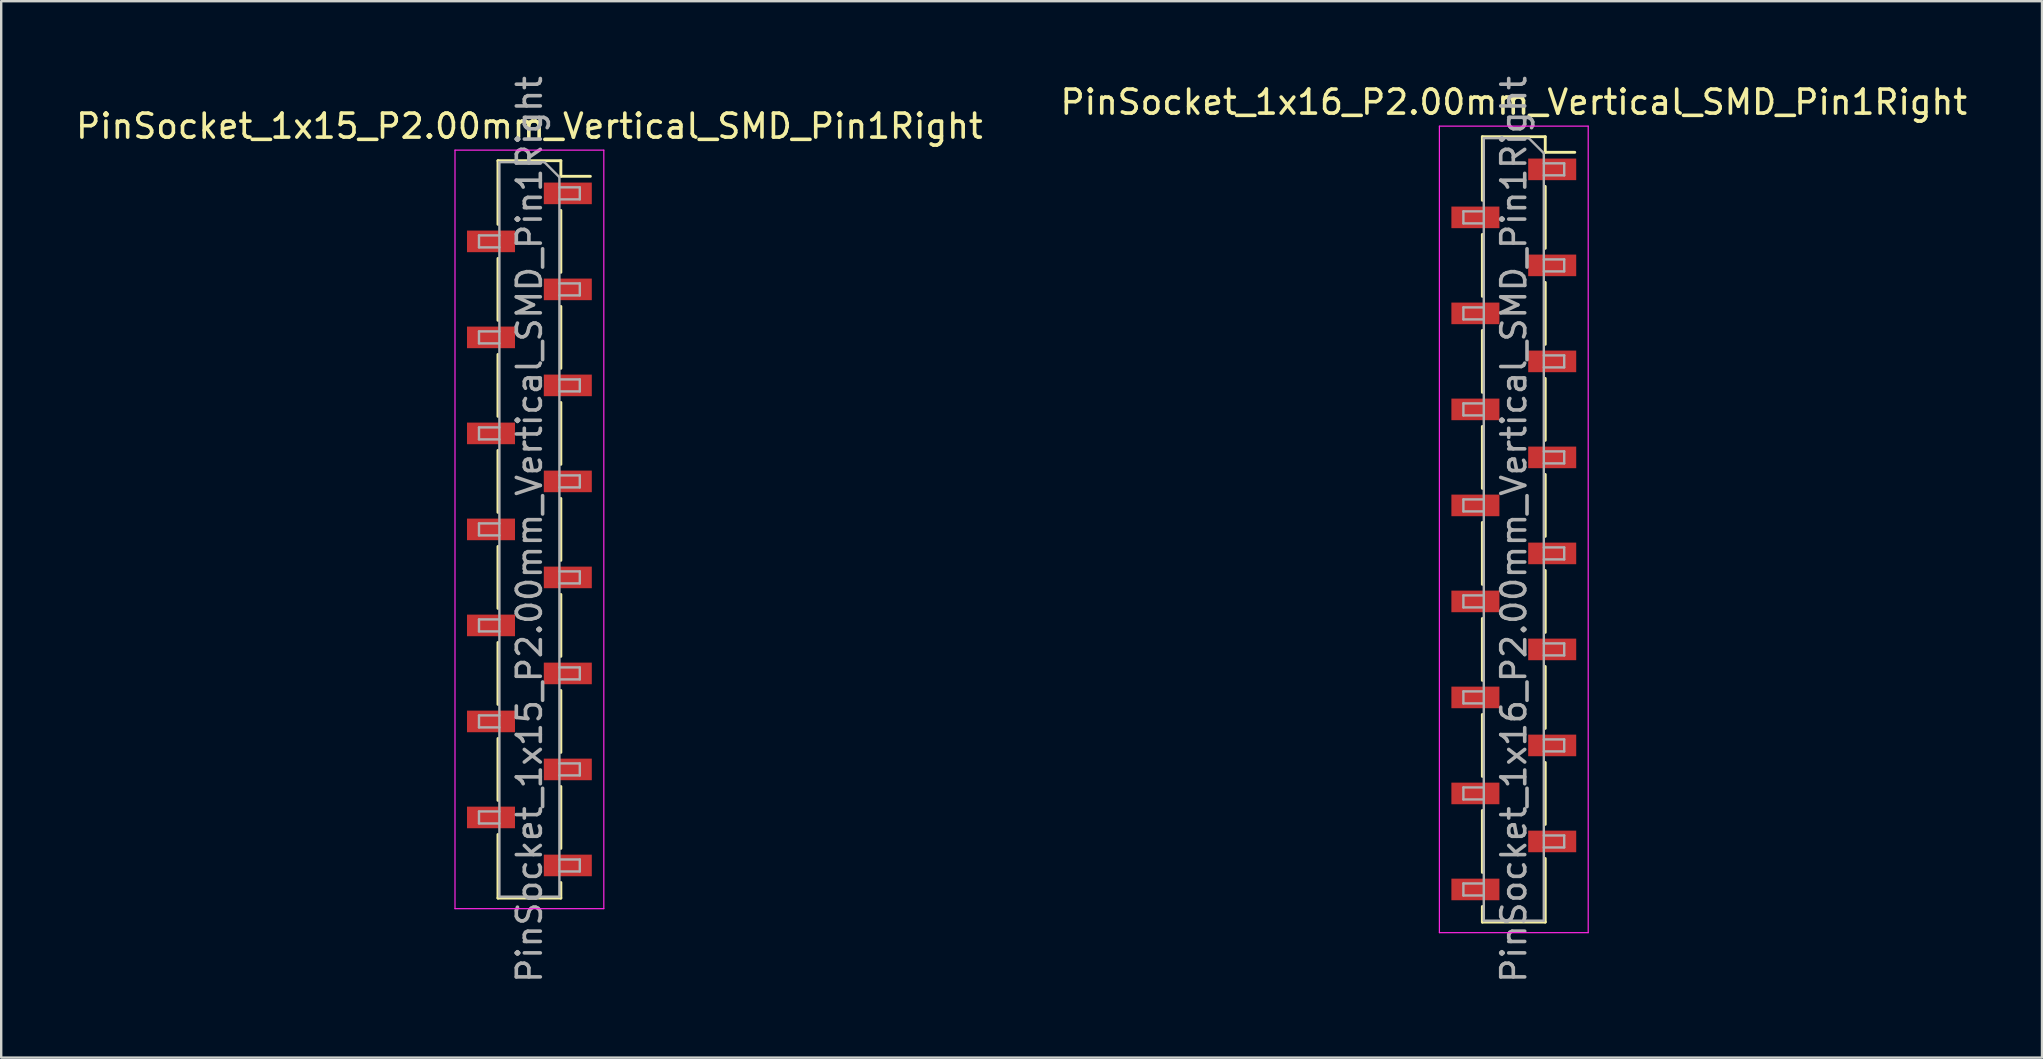
<source format=kicad_pcb>
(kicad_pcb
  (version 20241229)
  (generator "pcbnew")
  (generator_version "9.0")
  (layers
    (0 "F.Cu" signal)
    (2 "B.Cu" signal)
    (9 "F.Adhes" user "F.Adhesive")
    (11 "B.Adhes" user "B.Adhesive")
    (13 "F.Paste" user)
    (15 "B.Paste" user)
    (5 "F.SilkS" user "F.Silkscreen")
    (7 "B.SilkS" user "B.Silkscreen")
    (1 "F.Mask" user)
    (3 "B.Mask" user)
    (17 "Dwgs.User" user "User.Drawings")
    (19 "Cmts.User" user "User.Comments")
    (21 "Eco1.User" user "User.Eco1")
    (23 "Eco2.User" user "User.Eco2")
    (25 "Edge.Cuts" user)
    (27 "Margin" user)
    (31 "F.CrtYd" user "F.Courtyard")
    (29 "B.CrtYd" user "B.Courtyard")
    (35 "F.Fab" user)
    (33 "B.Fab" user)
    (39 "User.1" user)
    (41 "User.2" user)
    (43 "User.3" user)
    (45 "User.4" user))
  (footprint "PinSocket_1x16_P2.00mm_Vertical_SMD_Pin1Right"
    (layer "F.Cu")
    (at 60.018 19.006)
    (property "Reference" "PinSocket_1x16_P2.00mm_Vertical_SMD_Pin1Right" (at 0 -17.8 0) (layer "F.SilkS") (effects (font (size 1 1) (thickness 0.15))))
    (attr smd)
    (fp_line (start -1.31 -16.36) (end -1.31 -13.71) (stroke (width 0.12) (type solid)) (layer "F.SilkS"))
    (fp_line (start -1.31 -16.36) (end 1.31 -16.36) (stroke (width 0.12) (type solid)) (layer "F.SilkS"))
    (fp_line (start -1.31 -12.29) (end -1.31 -9.71) (stroke (width 0.12) (type solid)) (layer "F.SilkS"))
    (fp_line (start -1.31 -8.29) (end -1.31 -5.71) (stroke (width 0.12) (type solid)) (layer "F.SilkS"))
    (fp_line (start -1.31 -4.29) (end -1.31 -1.71) (stroke (width 0.12) (type solid)) (layer "F.SilkS"))
    (fp_line (start -1.31 -0.29) (end -1.31 2.29) (stroke (width 0.12) (type solid)) (layer "F.SilkS"))
    (fp_line (start -1.31 3.71) (end -1.31 6.29) (stroke (width 0.12) (type solid)) (layer "F.SilkS"))
    (fp_line (start -1.31 7.71) (end -1.31 10.29) (stroke (width 0.12) (type solid)) (layer "F.SilkS"))
    (fp_line (start -1.31 11.71) (end -1.31 14.29) (stroke (width 0.12) (type solid)) (layer "F.SilkS"))
    (fp_line (start -1.31 15.71) (end -1.31 16.36) (stroke (width 0.12) (type solid)) (layer "F.SilkS"))
    (fp_line (start -1.31 16.36) (end 1.31 16.36) (stroke (width 0.12) (type solid)) (layer "F.SilkS"))
    (fp_line (start 1.31 -16.36) (end 1.31 -15.71) (stroke (width 0.12) (type solid)) (layer "F.SilkS"))
    (fp_line (start 1.31 -15.71) (end 2.54 -15.71) (stroke (width 0.12) (type solid)) (layer "F.SilkS"))
    (fp_line (start 1.31 -14.29) (end 1.31 -11.71) (stroke (width 0.12) (type solid)) (layer "F.SilkS"))
    (fp_line (start 1.31 -10.29) (end 1.31 -7.71) (stroke (width 0.12) (type solid)) (layer "F.SilkS"))
    (fp_line (start 1.31 -6.29) (end 1.31 -3.71) (stroke (width 0.12) (type solid)) (layer "F.SilkS"))
    (fp_line (start 1.31 -2.29) (end 1.31 0.29) (stroke (width 0.12) (type solid)) (layer "F.SilkS"))
    (fp_line (start 1.31 1.71) (end 1.31 4.29) (stroke (width 0.12) (type solid)) (layer "F.SilkS"))
    (fp_line (start 1.31 5.71) (end 1.31 8.29) (stroke (width 0.12) (type solid)) (layer "F.SilkS"))
    (fp_line (start 1.31 9.71) (end 1.31 12.29) (stroke (width 0.12) (type solid)) (layer "F.SilkS"))
    (fp_line (start 1.31 13.71) (end 1.31 16.36) (stroke (width 0.12) (type solid)) (layer "F.SilkS"))
    (fp_line (start -3.1 -16.8) (end 3.1 -16.8) (stroke (width 0.05) (type solid)) (layer "F.CrtYd"))
    (fp_line (start -3.1 16.8) (end -3.1 -16.8) (stroke (width 0.05) (type solid)) (layer "F.CrtYd"))
    (fp_line (start 3.1 -16.8) (end 3.1 16.8) (stroke (width 0.05) (type solid)) (layer "F.CrtYd"))
    (fp_line (start 3.1 16.8) (end -3.1 16.8) (stroke (width 0.05) (type solid)) (layer "F.CrtYd"))
    (fp_line (start -2.1 -13.25) (end -1.25 -13.25) (stroke (width 0.1) (type solid)) (layer "F.Fab"))
    (fp_line (start -2.1 -12.75) (end -2.1 -13.25) (stroke (width 0.1) (type solid)) (layer "F.Fab"))
    (fp_line (start -2.1 -9.25) (end -1.25 -9.25) (stroke (width 0.1) (type solid)) (layer "F.Fab"))
    (fp_line (start -2.1 -8.75) (end -2.1 -9.25) (stroke (width 0.1) (type solid)) (layer "F.Fab"))
    (fp_line (start -2.1 -5.25) (end -1.25 -5.25) (stroke (width 0.1) (type solid)) (layer "F.Fab"))
    (fp_line (start -2.1 -4.75) (end -2.1 -5.25) (stroke (width 0.1) (type solid)) (layer "F.Fab"))
    (fp_line (start -2.1 -1.25) (end -1.25 -1.25) (stroke (width 0.1) (type solid)) (layer "F.Fab"))
    (fp_line (start -2.1 -0.75) (end -2.1 -1.25) (stroke (width 0.1) (type solid)) (layer "F.Fab"))
    (fp_line (start -2.1 2.75) (end -1.25 2.75) (stroke (width 0.1) (type solid)) (layer "F.Fab"))
    (fp_line (start -2.1 3.25) (end -2.1 2.75) (stroke (width 0.1) (type solid)) (layer "F.Fab"))
    (fp_line (start -2.1 6.75) (end -1.25 6.75) (stroke (width 0.1) (type solid)) (layer "F.Fab"))
    (fp_line (start -2.1 7.25) (end -2.1 6.75) (stroke (width 0.1) (type solid)) (layer "F.Fab"))
    (fp_line (start -2.1 10.75) (end -1.25 10.75) (stroke (width 0.1) (type solid)) (layer "F.Fab"))
    (fp_line (start -2.1 11.25) (end -2.1 10.75) (stroke (width 0.1) (type solid)) (layer "F.Fab"))
    (fp_line (start -2.1 14.75) (end -1.25 14.75) (stroke (width 0.1) (type solid)) (layer "F.Fab"))
    (fp_line (start -2.1 15.25) (end -2.1 14.75) (stroke (width 0.1) (type solid)) (layer "F.Fab"))
    (fp_line (start -1.25 -16.3) (end 0.625 -16.3) (stroke (width 0.1) (type solid)) (layer "F.Fab"))
    (fp_line (start -1.25 -12.75) (end -2.1 -12.75) (stroke (width 0.1) (type solid)) (layer "F.Fab"))
    (fp_line (start -1.25 -8.75) (end -2.1 -8.75) (stroke (width 0.1) (type solid)) (layer "F.Fab"))
    (fp_line (start -1.25 -4.75) (end -2.1 -4.75) (stroke (width 0.1) (type solid)) (layer "F.Fab"))
    (fp_line (start -1.25 -0.75) (end -2.1 -0.75) (stroke (width 0.1) (type solid)) (layer "F.Fab"))
    (fp_line (start -1.25 3.25) (end -2.1 3.25) (stroke (width 0.1) (type solid)) (layer "F.Fab"))
    (fp_line (start -1.25 7.25) (end -2.1 7.25) (stroke (width 0.1) (type solid)) (layer "F.Fab"))
    (fp_line (start -1.25 11.25) (end -2.1 11.25) (stroke (width 0.1) (type solid)) (layer "F.Fab"))
    (fp_line (start -1.25 15.25) (end -2.1 15.25) (stroke (width 0.1) (type solid)) (layer "F.Fab"))
    (fp_line (start -1.25 16.3) (end -1.25 -16.3) (stroke (width 0.1) (type solid)) (layer "F.Fab"))
    (fp_line (start 0.625 -16.3) (end 1.25 -15.675) (stroke (width 0.1) (type solid)) (layer "F.Fab"))
    (fp_line (start 1.25 -15.675) (end 1.25 16.3) (stroke (width 0.1) (type solid)) (layer "F.Fab"))
    (fp_line (start 1.25 -15.25) (end 2.1 -15.25) (stroke (width 0.1) (type solid)) (layer "F.Fab"))
    (fp_line (start 1.25 -11.25) (end 2.1 -11.25) (stroke (width 0.1) (type solid)) (layer "F.Fab"))
    (fp_line (start 1.25 -7.25) (end 2.1 -7.25) (stroke (width 0.1) (type solid)) (layer "F.Fab"))
    (fp_line (start 1.25 -3.25) (end 2.1 -3.25) (stroke (width 0.1) (type solid)) (layer "F.Fab"))
    (fp_line (start 1.25 0.75) (end 2.1 0.75) (stroke (width 0.1) (type solid)) (layer "F.Fab"))
    (fp_line (start 1.25 4.75) (end 2.1 4.75) (stroke (width 0.1) (type solid)) (layer "F.Fab"))
    (fp_line (start 1.25 8.75) (end 2.1 8.75) (stroke (width 0.1) (type solid)) (layer "F.Fab"))
    (fp_line (start 1.25 12.75) (end 2.1 12.75) (stroke (width 0.1) (type solid)) (layer "F.Fab"))
    (fp_line (start 1.25 16.3) (end -1.25 16.3) (stroke (width 0.1) (type solid)) (layer "F.Fab"))
    (fp_line (start 2.1 -15.25) (end 2.1 -14.75) (stroke (width 0.1) (type solid)) (layer "F.Fab"))
    (fp_line (start 2.1 -14.75) (end 1.25 -14.75) (stroke (width 0.1) (type solid)) (layer "F.Fab"))
    (fp_line (start 2.1 -11.25) (end 2.1 -10.75) (stroke (width 0.1) (type solid)) (layer "F.Fab"))
    (fp_line (start 2.1 -10.75) (end 1.25 -10.75) (stroke (width 0.1) (type solid)) (layer "F.Fab"))
    (fp_line (start 2.1 -7.25) (end 2.1 -6.75) (stroke (width 0.1) (type solid)) (layer "F.Fab"))
    (fp_line (start 2.1 -6.75) (end 1.25 -6.75) (stroke (width 0.1) (type solid)) (layer "F.Fab"))
    (fp_line (start 2.1 -3.25) (end 2.1 -2.75) (stroke (width 0.1) (type solid)) (layer "F.Fab"))
    (fp_line (start 2.1 -2.75) (end 1.25 -2.75) (stroke (width 0.1) (type solid)) (layer "F.Fab"))
    (fp_line (start 2.1 0.75) (end 2.1 1.25) (stroke (width 0.1) (type solid)) (layer "F.Fab"))
    (fp_line (start 2.1 1.25) (end 1.25 1.25) (stroke (width 0.1) (type solid)) (layer "F.Fab"))
    (fp_line (start 2.1 4.75) (end 2.1 5.25) (stroke (width 0.1) (type solid)) (layer "F.Fab"))
    (fp_line (start 2.1 5.25) (end 1.25 5.25) (stroke (width 0.1) (type solid)) (layer "F.Fab"))
    (fp_line (start 2.1 8.75) (end 2.1 9.25) (stroke (width 0.1) (type solid)) (layer "F.Fab"))
    (fp_line (start 2.1 9.25) (end 1.25 9.25) (stroke (width 0.1) (type solid)) (layer "F.Fab"))
    (fp_line (start 2.1 12.75) (end 2.1 13.25) (stroke (width 0.1) (type solid)) (layer "F.Fab"))
    (fp_line (start 2.1 13.25) (end 1.25 13.25) (stroke (width 0.1) (type solid)) (layer "F.Fab"))
    (fp_text user "${REFERENCE}" (at 0 0 90) (layer "F.Fab") (effects (font (size 1 1) (thickness 0.15))))
    (pad "1" smd rect (at 1.6 -15) (size 2 0.9) (layers "F.Cu" "F.Mask" "F.Paste"))
    (pad "2" smd rect (at -1.6 -13) (size 2 0.9) (layers "F.Cu" "F.Mask" "F.Paste"))
    (pad "3" smd rect (at 1.6 -11) (size 2 0.9) (layers "F.Cu" "F.Mask" "F.Paste"))
    (pad "4" smd rect (at -1.6 -9) (size 2 0.9) (layers "F.Cu" "F.Mask" "F.Paste"))
    (pad "5" smd rect (at 1.6 -7) (size 2 0.9) (layers "F.Cu" "F.Mask" "F.Paste"))
    (pad "6" smd rect (at -1.6 -5) (size 2 0.9) (layers "F.Cu" "F.Mask" "F.Paste"))
    (pad "7" smd rect (at 1.6 -3) (size 2 0.9) (layers "F.Cu" "F.Mask" "F.Paste"))
    (pad "8" smd rect (at -1.6 -1) (size 2 0.9) (layers "F.Cu" "F.Mask" "F.Paste"))
    (pad "9" smd rect (at 1.6 1) (size 2 0.9) (layers "F.Cu" "F.Mask" "F.Paste"))
    (pad "10" smd rect (at -1.6 3) (size 2 0.9) (layers "F.Cu" "F.Mask" "F.Paste"))
    (pad "11" smd rect (at 1.6 5) (size 2 0.9) (layers "F.Cu" "F.Mask" "F.Paste"))
    (pad "12" smd rect (at -1.6 7) (size 2 0.9) (layers "F.Cu" "F.Mask" "F.Paste"))
    (pad "13" smd rect (at 1.6 9) (size 2 0.9) (layers "F.Cu" "F.Mask" "F.Paste"))
    (pad "14" smd rect (at -1.6 11) (size 2 0.9) (layers "F.Cu" "F.Mask" "F.Paste"))
    (pad "15" smd rect (at 1.6 13) (size 2 0.9) (layers "F.Cu" "F.Mask" "F.Paste"))
    (pad "16" smd rect (at -1.6 15) (size 2 0.9) (layers "F.Cu" "F.Mask" "F.Paste")))
  (footprint "PinSocket_1x15_P2.00mm_Vertical_SMD_Pin1Right"
    (layer "F.Cu")
    (at 19.006 19.006)
    (property "Reference" "PinSocket_1x15_P2.00mm_Vertical_SMD_Pin1Right" (at 0 -16.8 0) (layer "F.SilkS") (effects (font (size 1 1) (thickness 0.15))))
    (attr smd)
    (fp_line (start -1.31 -15.36) (end -1.31 -12.71) (stroke (width 0.12) (type solid)) (layer "F.SilkS"))
    (fp_line (start -1.31 -15.36) (end 1.31 -15.36) (stroke (width 0.12) (type solid)) (layer "F.SilkS"))
    (fp_line (start -1.31 -11.29) (end -1.31 -8.71) (stroke (width 0.12) (type solid)) (layer "F.SilkS"))
    (fp_line (start -1.31 -7.29) (end -1.31 -4.71) (stroke (width 0.12) (type solid)) (layer "F.SilkS"))
    (fp_line (start -1.31 -3.29) (end -1.31 -0.71) (stroke (width 0.12) (type solid)) (layer "F.SilkS"))
    (fp_line (start -1.31 0.71) (end -1.31 3.29) (stroke (width 0.12) (type solid)) (layer "F.SilkS"))
    (fp_line (start -1.31 4.71) (end -1.31 7.29) (stroke (width 0.12) (type solid)) (layer "F.SilkS"))
    (fp_line (start -1.31 8.71) (end -1.31 11.29) (stroke (width 0.12) (type solid)) (layer "F.SilkS"))
    (fp_line (start -1.31 12.71) (end -1.31 15.36) (stroke (width 0.12) (type solid)) (layer "F.SilkS"))
    (fp_line (start -1.31 15.36) (end 1.31 15.36) (stroke (width 0.12) (type solid)) (layer "F.SilkS"))
    (fp_line (start 1.31 -15.36) (end 1.31 -14.71) (stroke (width 0.12) (type solid)) (layer "F.SilkS"))
    (fp_line (start 1.31 -14.71) (end 2.54 -14.71) (stroke (width 0.12) (type solid)) (layer "F.SilkS"))
    (fp_line (start 1.31 -13.29) (end 1.31 -10.71) (stroke (width 0.12) (type solid)) (layer "F.SilkS"))
    (fp_line (start 1.31 -9.29) (end 1.31 -6.71) (stroke (width 0.12) (type solid)) (layer "F.SilkS"))
    (fp_line (start 1.31 -5.29) (end 1.31 -2.71) (stroke (width 0.12) (type solid)) (layer "F.SilkS"))
    (fp_line (start 1.31 -1.29) (end 1.31 1.29) (stroke (width 0.12) (type solid)) (layer "F.SilkS"))
    (fp_line (start 1.31 2.71) (end 1.31 5.29) (stroke (width 0.12) (type solid)) (layer "F.SilkS"))
    (fp_line (start 1.31 6.71) (end 1.31 9.29) (stroke (width 0.12) (type solid)) (layer "F.SilkS"))
    (fp_line (start 1.31 10.71) (end 1.31 13.29) (stroke (width 0.12) (type solid)) (layer "F.SilkS"))
    (fp_line (start 1.31 14.71) (end 1.31 15.36) (stroke (width 0.12) (type solid)) (layer "F.SilkS"))
    (fp_line (start -3.1 -15.8) (end 3.1 -15.8) (stroke (width 0.05) (type solid)) (layer "F.CrtYd"))
    (fp_line (start -3.1 15.8) (end -3.1 -15.8) (stroke (width 0.05) (type solid)) (layer "F.CrtYd"))
    (fp_line (start 3.1 -15.8) (end 3.1 15.8) (stroke (width 0.05) (type solid)) (layer "F.CrtYd"))
    (fp_line (start 3.1 15.8) (end -3.1 15.8) (stroke (width 0.05) (type solid)) (layer "F.CrtYd"))
    (fp_line (start -2.1 -12.25) (end -1.25 -12.25) (stroke (width 0.1) (type solid)) (layer "F.Fab"))
    (fp_line (start -2.1 -11.75) (end -2.1 -12.25) (stroke (width 0.1) (type solid)) (layer "F.Fab"))
    (fp_line (start -2.1 -8.25) (end -1.25 -8.25) (stroke (width 0.1) (type solid)) (layer "F.Fab"))
    (fp_line (start -2.1 -7.75) (end -2.1 -8.25) (stroke (width 0.1) (type solid)) (layer "F.Fab"))
    (fp_line (start -2.1 -4.25) (end -1.25 -4.25) (stroke (width 0.1) (type solid)) (layer "F.Fab"))
    (fp_line (start -2.1 -3.75) (end -2.1 -4.25) (stroke (width 0.1) (type solid)) (layer "F.Fab"))
    (fp_line (start -2.1 -0.25) (end -1.25 -0.25) (stroke (width 0.1) (type solid)) (layer "F.Fab"))
    (fp_line (start -2.1 0.25) (end -2.1 -0.25) (stroke (width 0.1) (type solid)) (layer "F.Fab"))
    (fp_line (start -2.1 3.75) (end -1.25 3.75) (stroke (width 0.1) (type solid)) (layer "F.Fab"))
    (fp_line (start -2.1 4.25) (end -2.1 3.75) (stroke (width 0.1) (type solid)) (layer "F.Fab"))
    (fp_line (start -2.1 7.75) (end -1.25 7.75) (stroke (width 0.1) (type solid)) (layer "F.Fab"))
    (fp_line (start -2.1 8.25) (end -2.1 7.75) (stroke (width 0.1) (type solid)) (layer "F.Fab"))
    (fp_line (start -2.1 11.75) (end -1.25 11.75) (stroke (width 0.1) (type solid)) (layer "F.Fab"))
    (fp_line (start -2.1 12.25) (end -2.1 11.75) (stroke (width 0.1) (type solid)) (layer "F.Fab"))
    (fp_line (start -1.25 -15.3) (end 0.625 -15.3) (stroke (width 0.1) (type solid)) (layer "F.Fab"))
    (fp_line (start -1.25 -11.75) (end -2.1 -11.75) (stroke (width 0.1) (type solid)) (layer "F.Fab"))
    (fp_line (start -1.25 -7.75) (end -2.1 -7.75) (stroke (width 0.1) (type solid)) (layer "F.Fab"))
    (fp_line (start -1.25 -3.75) (end -2.1 -3.75) (stroke (width 0.1) (type solid)) (layer "F.Fab"))
    (fp_line (start -1.25 0.25) (end -2.1 0.25) (stroke (width 0.1) (type solid)) (layer "F.Fab"))
    (fp_line (start -1.25 4.25) (end -2.1 4.25) (stroke (width 0.1) (type solid)) (layer "F.Fab"))
    (fp_line (start -1.25 8.25) (end -2.1 8.25) (stroke (width 0.1) (type solid)) (layer "F.Fab"))
    (fp_line (start -1.25 12.25) (end -2.1 12.25) (stroke (width 0.1) (type solid)) (layer "F.Fab"))
    (fp_line (start -1.25 15.3) (end -1.25 -15.3) (stroke (width 0.1) (type solid)) (layer "F.Fab"))
    (fp_line (start 0.625 -15.3) (end 1.25 -14.675) (stroke (width 0.1) (type solid)) (layer "F.Fab"))
    (fp_line (start 1.25 -14.675) (end 1.25 15.3) (stroke (width 0.1) (type solid)) (layer "F.Fab"))
    (fp_line (start 1.25 -14.25) (end 2.1 -14.25) (stroke (width 0.1) (type solid)) (layer "F.Fab"))
    (fp_line (start 1.25 -10.25) (end 2.1 -10.25) (stroke (width 0.1) (type solid)) (layer "F.Fab"))
    (fp_line (start 1.25 -6.25) (end 2.1 -6.25) (stroke (width 0.1) (type solid)) (layer "F.Fab"))
    (fp_line (start 1.25 -2.25) (end 2.1 -2.25) (stroke (width 0.1) (type solid)) (layer "F.Fab"))
    (fp_line (start 1.25 1.75) (end 2.1 1.75) (stroke (width 0.1) (type solid)) (layer "F.Fab"))
    (fp_line (start 1.25 5.75) (end 2.1 5.75) (stroke (width 0.1) (type solid)) (layer "F.Fab"))
    (fp_line (start 1.25 9.75) (end 2.1 9.75) (stroke (width 0.1) (type solid)) (layer "F.Fab"))
    (fp_line (start 1.25 13.75) (end 2.1 13.75) (stroke (width 0.1) (type solid)) (layer "F.Fab"))
    (fp_line (start 1.25 15.3) (end -1.25 15.3) (stroke (width 0.1) (type solid)) (layer "F.Fab"))
    (fp_line (start 2.1 -14.25) (end 2.1 -13.75) (stroke (width 0.1) (type solid)) (layer "F.Fab"))
    (fp_line (start 2.1 -13.75) (end 1.25 -13.75) (stroke (width 0.1) (type solid)) (layer "F.Fab"))
    (fp_line (start 2.1 -10.25) (end 2.1 -9.75) (stroke (width 0.1) (type solid)) (layer "F.Fab"))
    (fp_line (start 2.1 -9.75) (end 1.25 -9.75) (stroke (width 0.1) (type solid)) (layer "F.Fab"))
    (fp_line (start 2.1 -6.25) (end 2.1 -5.75) (stroke (width 0.1) (type solid)) (layer "F.Fab"))
    (fp_line (start 2.1 -5.75) (end 1.25 -5.75) (stroke (width 0.1) (type solid)) (layer "F.Fab"))
    (fp_line (start 2.1 -2.25) (end 2.1 -1.75) (stroke (width 0.1) (type solid)) (layer "F.Fab"))
    (fp_line (start 2.1 -1.75) (end 1.25 -1.75) (stroke (width 0.1) (type solid)) (layer "F.Fab"))
    (fp_line (start 2.1 1.75) (end 2.1 2.25) (stroke (width 0.1) (type solid)) (layer "F.Fab"))
    (fp_line (start 2.1 2.25) (end 1.25 2.25) (stroke (width 0.1) (type solid)) (layer "F.Fab"))
    (fp_line (start 2.1 5.75) (end 2.1 6.25) (stroke (width 0.1) (type solid)) (layer "F.Fab"))
    (fp_line (start 2.1 6.25) (end 1.25 6.25) (stroke (width 0.1) (type solid)) (layer "F.Fab"))
    (fp_line (start 2.1 9.75) (end 2.1 10.25) (stroke (width 0.1) (type solid)) (layer "F.Fab"))
    (fp_line (start 2.1 10.25) (end 1.25 10.25) (stroke (width 0.1) (type solid)) (layer "F.Fab"))
    (fp_line (start 2.1 13.75) (end 2.1 14.25) (stroke (width 0.1) (type solid)) (layer "F.Fab"))
    (fp_line (start 2.1 14.25) (end 1.25 14.25) (stroke (width 0.1) (type solid)) (layer "F.Fab"))
    (fp_text user "${REFERENCE}" (at 0 0 90) (layer "F.Fab") (effects (font (size 1 1) (thickness 0.15))))
    (pad "1" smd rect (at 1.6 -14) (size 2 0.9) (layers "F.Cu" "F.Mask" "F.Paste"))
    (pad "2" smd rect (at -1.6 -12) (size 2 0.9) (layers "F.Cu" "F.Mask" "F.Paste"))
    (pad "3" smd rect (at 1.6 -10) (size 2 0.9) (layers "F.Cu" "F.Mask" "F.Paste"))
    (pad "4" smd rect (at -1.6 -8) (size 2 0.9) (layers "F.Cu" "F.Mask" "F.Paste"))
    (pad "5" smd rect (at 1.6 -6) (size 2 0.9) (layers "F.Cu" "F.Mask" "F.Paste"))
    (pad "6" smd rect (at -1.6 -4) (size 2 0.9) (layers "F.Cu" "F.Mask" "F.Paste"))
    (pad "7" smd rect (at 1.6 -2) (size 2 0.9) (layers "F.Cu" "F.Mask" "F.Paste"))
    (pad "8" smd rect (at -1.6 0) (size 2 0.9) (layers "F.Cu" "F.Mask" "F.Paste"))
    (pad "9" smd rect (at 1.6 2) (size 2 0.9) (layers "F.Cu" "F.Mask" "F.Paste"))
    (pad "10" smd rect (at -1.6 4) (size 2 0.9) (layers "F.Cu" "F.Mask" "F.Paste"))
    (pad "11" smd rect (at 1.6 6) (size 2 0.9) (layers "F.Cu" "F.Mask" "F.Paste"))
    (pad "12" smd rect (at -1.6 8) (size 2 0.9) (layers "F.Cu" "F.Mask" "F.Paste"))
    (pad "13" smd rect (at 1.6 10) (size 2 0.9) (layers "F.Cu" "F.Mask" "F.Paste"))
    (pad "14" smd rect (at -1.6 12) (size 2 0.9) (layers "F.Cu" "F.Mask" "F.Paste"))
    (pad "15" smd rect (at 1.6 14) (size 2 0.9) (layers "F.Cu" "F.Mask" "F.Paste")))
  (gr_rect
    (start -3 -3)
    (end 82.024 41.012)
    (stroke (width 0.1) (type default))
    (fill no)
    (layer "Edge.Cuts")))
</source>
